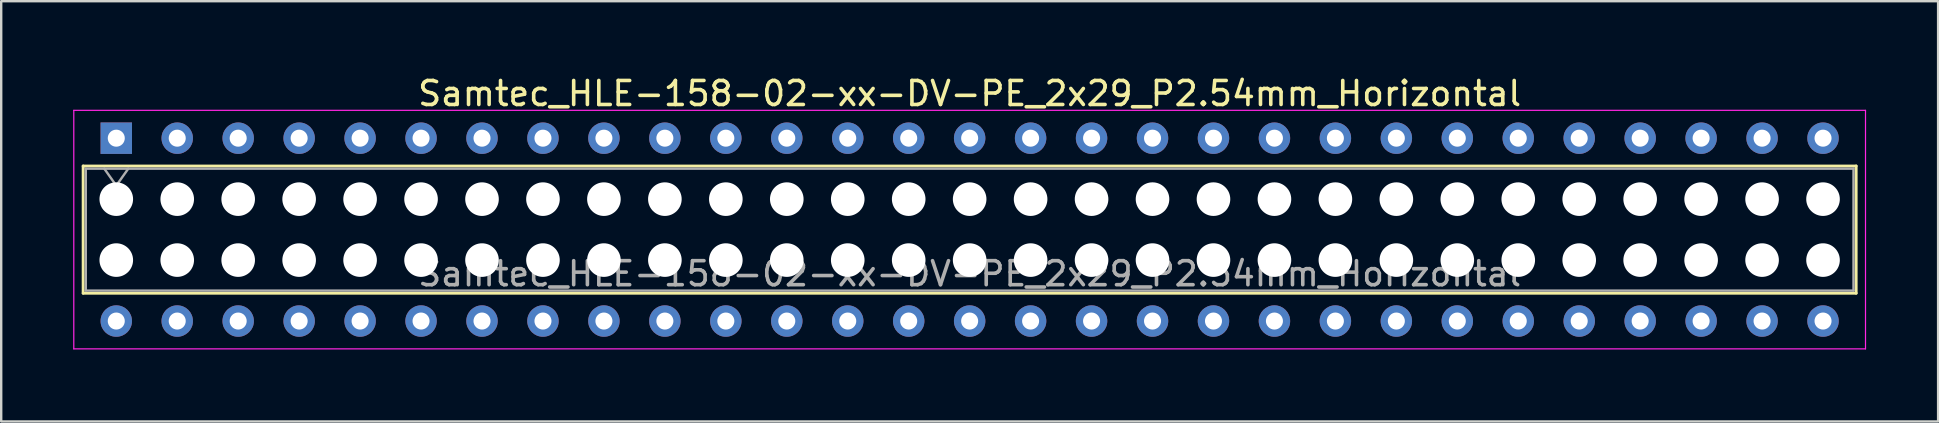
<source format=kicad_pcb>
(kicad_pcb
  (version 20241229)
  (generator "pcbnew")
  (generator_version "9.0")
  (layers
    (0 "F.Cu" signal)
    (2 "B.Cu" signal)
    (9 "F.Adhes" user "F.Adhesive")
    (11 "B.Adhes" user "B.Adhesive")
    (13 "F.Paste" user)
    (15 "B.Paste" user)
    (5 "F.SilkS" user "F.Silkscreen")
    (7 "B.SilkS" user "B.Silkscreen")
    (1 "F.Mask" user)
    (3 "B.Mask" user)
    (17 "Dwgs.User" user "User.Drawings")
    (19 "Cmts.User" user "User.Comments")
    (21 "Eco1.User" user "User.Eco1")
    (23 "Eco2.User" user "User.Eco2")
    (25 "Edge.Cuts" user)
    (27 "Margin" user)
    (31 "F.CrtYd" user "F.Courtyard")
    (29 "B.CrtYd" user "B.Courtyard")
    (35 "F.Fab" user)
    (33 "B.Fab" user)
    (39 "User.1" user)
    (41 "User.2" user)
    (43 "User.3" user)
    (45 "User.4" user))
  (footprint "Samtec_HLE-158-02-xx-DV-PE_2x29_P2.54mm_Horizontal"
    (layer "F.Cu")
    (at 1.795 2.708)
    (property "Reference" "Samtec_HLE-158-02-xx-DV-PE_2x29_P2.54mm_Horizontal" (at 35.56 -1.86 0) (layer "F.SilkS") (effects (font (size 1 1) (thickness 0.15))))
    (attr through_hole)
    (fp_line (start -1.38 1.16) (end 72.5 1.16) (stroke (width 0.12) (type solid)) (layer "F.SilkS"))
    (fp_line (start -1.38 6.46) (end -1.38 1.16) (stroke (width 0.12) (type solid)) (layer "F.SilkS"))
    (fp_line (start 72.5 1.16) (end 72.5 6.46) (stroke (width 0.12) (type solid)) (layer "F.SilkS"))
    (fp_line (start 72.5 6.46) (end -1.38 6.46) (stroke (width 0.12) (type solid)) (layer "F.SilkS"))
    (fp_line (start -1.77 -1.16) (end 72.89 -1.16) (stroke (width 0.05) (type solid)) (layer "F.CrtYd"))
    (fp_line (start -1.77 8.78) (end -1.77 -1.16) (stroke (width 0.05) (type solid)) (layer "F.CrtYd"))
    (fp_line (start 72.89 -1.16) (end 72.89 8.78) (stroke (width 0.05) (type solid)) (layer "F.CrtYd"))
    (fp_line (start 72.89 8.78) (end -1.77 8.78) (stroke (width 0.05) (type solid)) (layer "F.CrtYd"))
    (fp_line (start -1.27 1.27) (end 72.39 1.27) (stroke (width 0.1) (type solid)) (layer "F.Fab"))
    (fp_line (start -1.27 6.35) (end -1.27 1.27) (stroke (width 0.1) (type solid)) (layer "F.Fab"))
    (fp_line (start -0.5 1.27) (end 0 1.977) (stroke (width 0.1) (type solid)) (layer "F.Fab"))
    (fp_line (start 0 1.977) (end 0.5 1.27) (stroke (width 0.1) (type solid)) (layer "F.Fab"))
    (fp_line (start 72.39 1.27) (end 72.39 6.35) (stroke (width 0.1) (type solid)) (layer "F.Fab"))
    (fp_line (start 72.39 6.35) (end -1.27 6.35) (stroke (width 0.1) (type solid)) (layer "F.Fab"))
    (fp_text user "${REFERENCE}" (at 35.56 5.65 0) (layer "F.Fab") (effects (font (size 1 1) (thickness 0.15))))
    (pad "" np_thru_hole circle (at 0 2.54) (size 1.4 1.4) (drill 1.4) (layers "*.Cu" "*.Mask"))
    (pad "" np_thru_hole circle (at 0 5.08) (size 1.4 1.4) (drill 1.4) (layers "*.Cu" "*.Mask"))
    (pad "" np_thru_hole circle (at 2.54 2.54) (size 1.4 1.4) (drill 1.4) (layers "*.Cu" "*.Mask"))
    (pad "" np_thru_hole circle (at 2.54 5.08) (size 1.4 1.4) (drill 1.4) (layers "*.Cu" "*.Mask"))
    (pad "" np_thru_hole circle (at 5.08 2.54) (size 1.4 1.4) (drill 1.4) (layers "*.Cu" "*.Mask"))
    (pad "" np_thru_hole circle (at 5.08 5.08) (size 1.4 1.4) (drill 1.4) (layers "*.Cu" "*.Mask"))
    (pad "" np_thru_hole circle (at 7.62 2.54) (size 1.4 1.4) (drill 1.4) (layers "*.Cu" "*.Mask"))
    (pad "" np_thru_hole circle (at 7.62 5.08) (size 1.4 1.4) (drill 1.4) (layers "*.Cu" "*.Mask"))
    (pad "" np_thru_hole circle (at 10.16 2.54) (size 1.4 1.4) (drill 1.4) (layers "*.Cu" "*.Mask"))
    (pad "" np_thru_hole circle (at 10.16 5.08) (size 1.4 1.4) (drill 1.4) (layers "*.Cu" "*.Mask"))
    (pad "" np_thru_hole circle (at 12.7 2.54) (size 1.4 1.4) (drill 1.4) (layers "*.Cu" "*.Mask"))
    (pad "" np_thru_hole circle (at 12.7 5.08) (size 1.4 1.4) (drill 1.4) (layers "*.Cu" "*.Mask"))
    (pad "" np_thru_hole circle (at 15.24 2.54) (size 1.4 1.4) (drill 1.4) (layers "*.Cu" "*.Mask"))
    (pad "" np_thru_hole circle (at 15.24 5.08) (size 1.4 1.4) (drill 1.4) (layers "*.Cu" "*.Mask"))
    (pad "" np_thru_hole circle (at 17.78 2.54) (size 1.4 1.4) (drill 1.4) (layers "*.Cu" "*.Mask"))
    (pad "" np_thru_hole circle (at 17.78 5.08) (size 1.4 1.4) (drill 1.4) (layers "*.Cu" "*.Mask"))
    (pad "" np_thru_hole circle (at 20.32 2.54) (size 1.4 1.4) (drill 1.4) (layers "*.Cu" "*.Mask"))
    (pad "" np_thru_hole circle (at 20.32 5.08) (size 1.4 1.4) (drill 1.4) (layers "*.Cu" "*.Mask"))
    (pad "" np_thru_hole circle (at 22.86 2.54) (size 1.4 1.4) (drill 1.4) (layers "*.Cu" "*.Mask"))
    (pad "" np_thru_hole circle (at 22.86 5.08) (size 1.4 1.4) (drill 1.4) (layers "*.Cu" "*.Mask"))
    (pad "" np_thru_hole circle (at 25.4 2.54) (size 1.4 1.4) (drill 1.4) (layers "*.Cu" "*.Mask"))
    (pad "" np_thru_hole circle (at 25.4 5.08) (size 1.4 1.4) (drill 1.4) (layers "*.Cu" "*.Mask"))
    (pad "" np_thru_hole circle (at 27.94 2.54) (size 1.4 1.4) (drill 1.4) (layers "*.Cu" "*.Mask"))
    (pad "" np_thru_hole circle (at 27.94 5.08) (size 1.4 1.4) (drill 1.4) (layers "*.Cu" "*.Mask"))
    (pad "" np_thru_hole circle (at 30.48 2.54) (size 1.4 1.4) (drill 1.4) (layers "*.Cu" "*.Mask"))
    (pad "" np_thru_hole circle (at 30.48 5.08) (size 1.4 1.4) (drill 1.4) (layers "*.Cu" "*.Mask"))
    (pad "" np_thru_hole circle (at 33.02 2.54) (size 1.4 1.4) (drill 1.4) (layers "*.Cu" "*.Mask"))
    (pad "" np_thru_hole circle (at 33.02 5.08) (size 1.4 1.4) (drill 1.4) (layers "*.Cu" "*.Mask"))
    (pad "" np_thru_hole circle (at 35.56 2.54) (size 1.4 1.4) (drill 1.4) (layers "*.Cu" "*.Mask"))
    (pad "" np_thru_hole circle (at 35.56 5.08) (size 1.4 1.4) (drill 1.4) (layers "*.Cu" "*.Mask"))
    (pad "" np_thru_hole circle (at 38.1 2.54) (size 1.4 1.4) (drill 1.4) (layers "*.Cu" "*.Mask"))
    (pad "" np_thru_hole circle (at 38.1 5.08) (size 1.4 1.4) (drill 1.4) (layers "*.Cu" "*.Mask"))
    (pad "" np_thru_hole circle (at 40.64 2.54) (size 1.4 1.4) (drill 1.4) (layers "*.Cu" "*.Mask"))
    (pad "" np_thru_hole circle (at 40.64 5.08) (size 1.4 1.4) (drill 1.4) (layers "*.Cu" "*.Mask"))
    (pad "" np_thru_hole circle (at 43.18 2.54) (size 1.4 1.4) (drill 1.4) (layers "*.Cu" "*.Mask"))
    (pad "" np_thru_hole circle (at 43.18 5.08) (size 1.4 1.4) (drill 1.4) (layers "*.Cu" "*.Mask"))
    (pad "" np_thru_hole circle (at 45.72 2.54) (size 1.4 1.4) (drill 1.4) (layers "*.Cu" "*.Mask"))
    (pad "" np_thru_hole circle (at 45.72 5.08) (size 1.4 1.4) (drill 1.4) (layers "*.Cu" "*.Mask"))
    (pad "" np_thru_hole circle (at 48.26 2.54) (size 1.4 1.4) (drill 1.4) (layers "*.Cu" "*.Mask"))
    (pad "" np_thru_hole circle (at 48.26 5.08) (size 1.4 1.4) (drill 1.4) (layers "*.Cu" "*.Mask"))
    (pad "" np_thru_hole circle (at 50.8 2.54) (size 1.4 1.4) (drill 1.4) (layers "*.Cu" "*.Mask"))
    (pad "" np_thru_hole circle (at 50.8 5.08) (size 1.4 1.4) (drill 1.4) (layers "*.Cu" "*.Mask"))
    (pad "" np_thru_hole circle (at 53.34 2.54) (size 1.4 1.4) (drill 1.4) (layers "*.Cu" "*.Mask"))
    (pad "" np_thru_hole circle (at 53.34 5.08) (size 1.4 1.4) (drill 1.4) (layers "*.Cu" "*.Mask"))
    (pad "" np_thru_hole circle (at 55.88 2.54) (size 1.4 1.4) (drill 1.4) (layers "*.Cu" "*.Mask"))
    (pad "" np_thru_hole circle (at 55.88 5.08) (size 1.4 1.4) (drill 1.4) (layers "*.Cu" "*.Mask"))
    (pad "" np_thru_hole circle (at 58.42 2.54) (size 1.4 1.4) (drill 1.4) (layers "*.Cu" "*.Mask"))
    (pad "" np_thru_hole circle (at 58.42 5.08) (size 1.4 1.4) (drill 1.4) (layers "*.Cu" "*.Mask"))
    (pad "" np_thru_hole circle (at 60.96 2.54) (size 1.4 1.4) (drill 1.4) (layers "*.Cu" "*.Mask"))
    (pad "" np_thru_hole circle (at 60.96 5.08) (size 1.4 1.4) (drill 1.4) (layers "*.Cu" "*.Mask"))
    (pad "" np_thru_hole circle (at 63.5 2.54) (size 1.4 1.4) (drill 1.4) (layers "*.Cu" "*.Mask"))
    (pad "" np_thru_hole circle (at 63.5 5.08) (size 1.4 1.4) (drill 1.4) (layers "*.Cu" "*.Mask"))
    (pad "" np_thru_hole circle (at 66.04 2.54) (size 1.4 1.4) (drill 1.4) (layers "*.Cu" "*.Mask"))
    (pad "" np_thru_hole circle (at 66.04 5.08) (size 1.4 1.4) (drill 1.4) (layers "*.Cu" "*.Mask"))
    (pad "" np_thru_hole circle (at 68.58 2.54) (size 1.4 1.4) (drill 1.4) (layers "*.Cu" "*.Mask"))
    (pad "" np_thru_hole circle (at 68.58 5.08) (size 1.4 1.4) (drill 1.4) (layers "*.Cu" "*.Mask"))
    (pad "" np_thru_hole circle (at 71.12 2.54) (size 1.4 1.4) (drill 1.4) (layers "*.Cu" "*.Mask"))
    (pad "" np_thru_hole circle (at 71.12 5.08) (size 1.4 1.4) (drill 1.4) (layers "*.Cu" "*.Mask"))
    (pad "1" thru_hole rect (at 0 0) (size 1.31 1.31) (drill 0.71) (layers "*.Cu" "*.Mask"))
    (pad "2" thru_hole circle (at 0 7.62) (size 1.31 1.31) (drill 0.71) (layers "*.Cu" "*.Mask"))
    (pad "3" thru_hole circle (at 2.54 0) (size 1.31 1.31) (drill 0.71) (layers "*.Cu" "*.Mask"))
    (pad "4" thru_hole circle (at 2.54 7.62) (size 1.31 1.31) (drill 0.71) (layers "*.Cu" "*.Mask"))
    (pad "5" thru_hole circle (at 5.08 0) (size 1.31 1.31) (drill 0.71) (layers "*.Cu" "*.Mask"))
    (pad "6" thru_hole circle (at 5.08 7.62) (size 1.31 1.31) (drill 0.71) (layers "*.Cu" "*.Mask"))
    (pad "7" thru_hole circle (at 7.62 0) (size 1.31 1.31) (drill 0.71) (layers "*.Cu" "*.Mask"))
    (pad "8" thru_hole circle (at 7.62 7.62) (size 1.31 1.31) (drill 0.71) (layers "*.Cu" "*.Mask"))
    (pad "9" thru_hole circle (at 10.16 0) (size 1.31 1.31) (drill 0.71) (layers "*.Cu" "*.Mask"))
    (pad "10" thru_hole circle (at 10.16 7.62) (size 1.31 1.31) (drill 0.71) (layers "*.Cu" "*.Mask"))
    (pad "11" thru_hole circle (at 12.7 0) (size 1.31 1.31) (drill 0.71) (layers "*.Cu" "*.Mask"))
    (pad "12" thru_hole circle (at 12.7 7.62) (size 1.31 1.31) (drill 0.71) (layers "*.Cu" "*.Mask"))
    (pad "13" thru_hole circle (at 15.24 0) (size 1.31 1.31) (drill 0.71) (layers "*.Cu" "*.Mask"))
    (pad "14" thru_hole circle (at 15.24 7.62) (size 1.31 1.31) (drill 0.71) (layers "*.Cu" "*.Mask"))
    (pad "15" thru_hole circle (at 17.78 0) (size 1.31 1.31) (drill 0.71) (layers "*.Cu" "*.Mask"))
    (pad "16" thru_hole circle (at 17.78 7.62) (size 1.31 1.31) (drill 0.71) (layers "*.Cu" "*.Mask"))
    (pad "17" thru_hole circle (at 20.32 0) (size 1.31 1.31) (drill 0.71) (layers "*.Cu" "*.Mask"))
    (pad "18" thru_hole circle (at 20.32 7.62) (size 1.31 1.31) (drill 0.71) (layers "*.Cu" "*.Mask"))
    (pad "19" thru_hole circle (at 22.86 0) (size 1.31 1.31) (drill 0.71) (layers "*.Cu" "*.Mask"))
    (pad "20" thru_hole circle (at 22.86 7.62) (size 1.31 1.31) (drill 0.71) (layers "*.Cu" "*.Mask"))
    (pad "21" thru_hole circle (at 25.4 0) (size 1.31 1.31) (drill 0.71) (layers "*.Cu" "*.Mask"))
    (pad "22" thru_hole circle (at 25.4 7.62) (size 1.31 1.31) (drill 0.71) (layers "*.Cu" "*.Mask"))
    (pad "23" thru_hole circle (at 27.94 0) (size 1.31 1.31) (drill 0.71) (layers "*.Cu" "*.Mask"))
    (pad "24" thru_hole circle (at 27.94 7.62) (size 1.31 1.31) (drill 0.71) (layers "*.Cu" "*.Mask"))
    (pad "25" thru_hole circle (at 30.48 0) (size 1.31 1.31) (drill 0.71) (layers "*.Cu" "*.Mask"))
    (pad "26" thru_hole circle (at 30.48 7.62) (size 1.31 1.31) (drill 0.71) (layers "*.Cu" "*.Mask"))
    (pad "27" thru_hole circle (at 33.02 0) (size 1.31 1.31) (drill 0.71) (layers "*.Cu" "*.Mask"))
    (pad "28" thru_hole circle (at 33.02 7.62) (size 1.31 1.31) (drill 0.71) (layers "*.Cu" "*.Mask"))
    (pad "29" thru_hole circle (at 35.56 0) (size 1.31 1.31) (drill 0.71) (layers "*.Cu" "*.Mask"))
    (pad "30" thru_hole circle (at 35.56 7.62) (size 1.31 1.31) (drill 0.71) (layers "*.Cu" "*.Mask"))
    (pad "31" thru_hole circle (at 38.1 0) (size 1.31 1.31) (drill 0.71) (layers "*.Cu" "*.Mask"))
    (pad "32" thru_hole circle (at 38.1 7.62) (size 1.31 1.31) (drill 0.71) (layers "*.Cu" "*.Mask"))
    (pad "33" thru_hole circle (at 40.64 0) (size 1.31 1.31) (drill 0.71) (layers "*.Cu" "*.Mask"))
    (pad "34" thru_hole circle (at 40.64 7.62) (size 1.31 1.31) (drill 0.71) (layers "*.Cu" "*.Mask"))
    (pad "35" thru_hole circle (at 43.18 0) (size 1.31 1.31) (drill 0.71) (layers "*.Cu" "*.Mask"))
    (pad "36" thru_hole circle (at 43.18 7.62) (size 1.31 1.31) (drill 0.71) (layers "*.Cu" "*.Mask"))
    (pad "37" thru_hole circle (at 45.72 0) (size 1.31 1.31) (drill 0.71) (layers "*.Cu" "*.Mask"))
    (pad "38" thru_hole circle (at 45.72 7.62) (size 1.31 1.31) (drill 0.71) (layers "*.Cu" "*.Mask"))
    (pad "39" thru_hole circle (at 48.26 0) (size 1.31 1.31) (drill 0.71) (layers "*.Cu" "*.Mask"))
    (pad "40" thru_hole circle (at 48.26 7.62) (size 1.31 1.31) (drill 0.71) (layers "*.Cu" "*.Mask"))
    (pad "41" thru_hole circle (at 50.8 0) (size 1.31 1.31) (drill 0.71) (layers "*.Cu" "*.Mask"))
    (pad "42" thru_hole circle (at 50.8 7.62) (size 1.31 1.31) (drill 0.71) (layers "*.Cu" "*.Mask"))
    (pad "43" thru_hole circle (at 53.34 0) (size 1.31 1.31) (drill 0.71) (layers "*.Cu" "*.Mask"))
    (pad "44" thru_hole circle (at 53.34 7.62) (size 1.31 1.31) (drill 0.71) (layers "*.Cu" "*.Mask"))
    (pad "45" thru_hole circle (at 55.88 0) (size 1.31 1.31) (drill 0.71) (layers "*.Cu" "*.Mask"))
    (pad "46" thru_hole circle (at 55.88 7.62) (size 1.31 1.31) (drill 0.71) (layers "*.Cu" "*.Mask"))
    (pad "47" thru_hole circle (at 58.42 0) (size 1.31 1.31) (drill 0.71) (layers "*.Cu" "*.Mask"))
    (pad "48" thru_hole circle (at 58.42 7.62) (size 1.31 1.31) (drill 0.71) (layers "*.Cu" "*.Mask"))
    (pad "49" thru_hole circle (at 60.96 0) (size 1.31 1.31) (drill 0.71) (layers "*.Cu" "*.Mask"))
    (pad "50" thru_hole circle (at 60.96 7.62) (size 1.31 1.31) (drill 0.71) (layers "*.Cu" "*.Mask"))
    (pad "51" thru_hole circle (at 63.5 0) (size 1.31 1.31) (drill 0.71) (layers "*.Cu" "*.Mask"))
    (pad "52" thru_hole circle (at 63.5 7.62) (size 1.31 1.31) (drill 0.71) (layers "*.Cu" "*.Mask"))
    (pad "53" thru_hole circle (at 66.04 0) (size 1.31 1.31) (drill 0.71) (layers "*.Cu" "*.Mask"))
    (pad "54" thru_hole circle (at 66.04 7.62) (size 1.31 1.31) (drill 0.71) (layers "*.Cu" "*.Mask"))
    (pad "55" thru_hole circle (at 68.58 0) (size 1.31 1.31) (drill 0.71) (layers "*.Cu" "*.Mask"))
    (pad "56" thru_hole circle (at 68.58 7.62) (size 1.31 1.31) (drill 0.71) (layers "*.Cu" "*.Mask"))
    (pad "57" thru_hole circle (at 71.12 0) (size 1.31 1.31) (drill 0.71) (layers "*.Cu" "*.Mask"))
    (pad "58" thru_hole circle (at 71.12 7.62) (size 1.31 1.31) (drill 0.71) (layers "*.Cu" "*.Mask")))
  (gr_rect
    (start -3 -3)
    (end 77.71 14.513)
    (stroke (width 0.1) (type default))
    (fill no)
    (layer "Edge.Cuts")))
</source>
